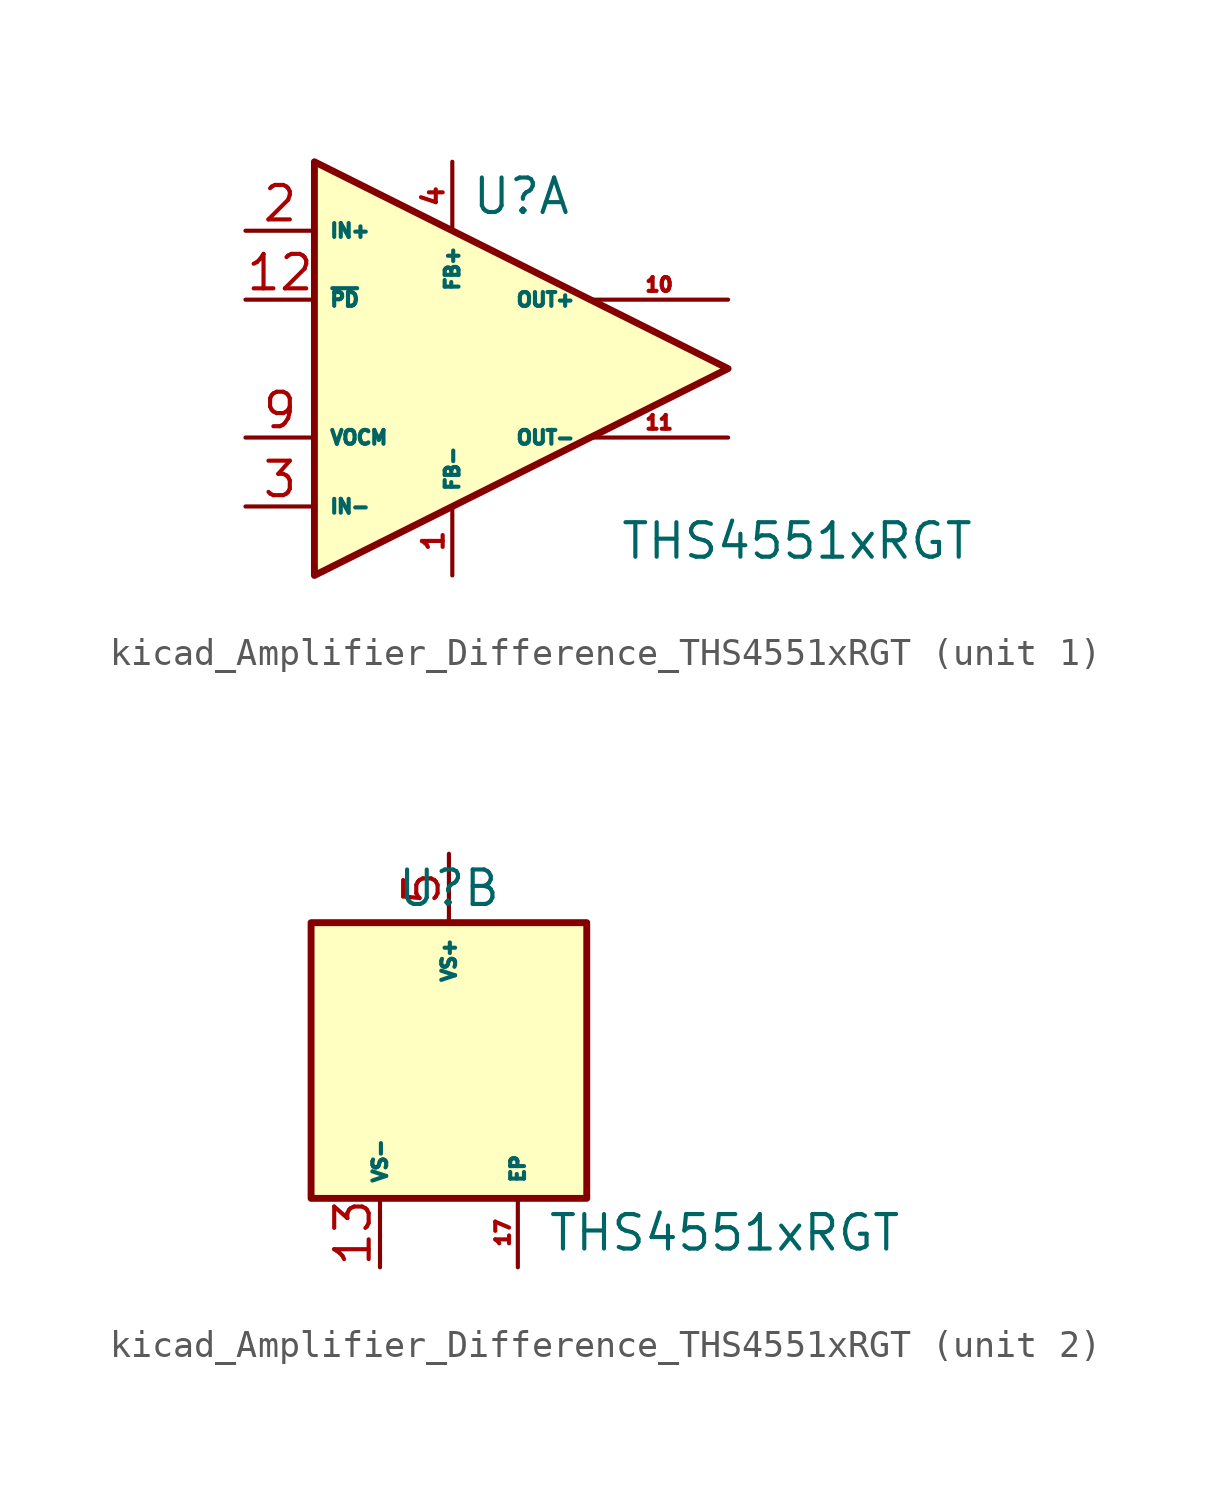
<source format=kicad_sym>
(kicad_symbol_lib
  (version 20220914)
  (generator kicad_symbol_editor)
  (symbol "kicad_Amplifier_Difference_THS4551xRGT"
    (property "Reference" "U"
      (at 0 6.35 0)
      (effects (font (size 1.27 1.27))))
    (property "Value" "THS4551xRGT"
      (at 10.16 -6.35 0)
      (effects (font (size 1.27 1.27))))
    (property "ki_locked" ""
      (at 0 0 0)
      (effects (font (size 1.27 1.27))))
    (symbol "kicad_Amplifier_Difference_THS4551xRGT_1_1"
      (polyline (pts (xy -7.62 7.62) (xy -7.62 -7.62) (xy 7.62 0) (xy -7.62 7.62)) (stroke (width 0.254) (type default)) (fill (type background)))
      (pin output line (at -2.54 -7.62 90) (length 2.54) (name "FB-" (effects (font (size 0.508 0.508)))) (number "1" (effects (font (size 0.762 0.762)))))
      (pin output line (at 7.62 2.54 180) (length 5.08) (name "OUT+" (effects (font (size 0.508 0.508)))) (number "10" (effects (font (size 0.508 0.508)))))
      (pin output line (at 7.62 -2.54 180) (length 5.08) (name "OUT-" (effects (font (size 0.508 0.508)))) (number "11" (effects (font (size 0.508 0.508)))))
      (pin input line (at -10.16 2.54 0) (length 2.54) (name "~{PD}" (effects (font (size 0.508 0.508)))) (number "12" (effects (font (size 1.27 1.27)))))
      (pin input line (at -10.16 5.08 0) (length 2.54) (name "IN+" (effects (font (size 0.508 0.508)))) (number "2" (effects (font (size 1.27 1.27)))))
      (pin input line (at -10.16 -5.08 0) (length 2.54) (name "IN-" (effects (font (size 0.508 0.508)))) (number "3" (effects (font (size 1.27 1.27)))))
      (pin output line (at -2.54 7.62 270) (length 2.54) (name "FB+" (effects (font (size 0.508 0.508)))) (number "4" (effects (font (size 0.762 0.762)))))
      (pin input line (at -10.16 -2.54 0) (length 2.54) (name "VOCM" (effects (font (size 0.508 0.508)))) (number "9" (effects (font (size 1.27 1.27))))))
    (symbol "kicad_Amplifier_Difference_THS4551xRGT_2_1"
      (rectangle (start -5.08 5.08) (end 5.08 -5.08) (stroke (width 0.254) (type default)) (fill (type background)))
      (pin power_in line (at -2.54 -7.62 90) (length 2.54) (name "VS-" (effects (font (size 0.508 0.508)))) (number "13" (effects (font (size 1.27 1.27)))))
      (pin passive line (at -2.54 -7.62 90) (length 2.54) hide (name "VS-" (effects (font (size 0.508 0.508)))) (number "14" (effects (font (size 1.27 1.27)))))
      (pin passive line (at -2.54 -7.62 90) (length 2.54) hide (name "VS-" (effects (font (size 0.508 0.508)))) (number "15" (effects (font (size 1.27 1.27)))))
      (pin passive line (at -2.54 -7.62 90) (length 2.54) hide (name "VS-" (effects (font (size 0.508 0.508)))) (number "16" (effects (font (size 1.27 1.27)))))
      (pin passive line (at 2.54 -7.62 90) (length 2.54) (name "EP" (effects (font (size 0.508 0.508)))) (number "17" (effects (font (size 0.508 0.508)))))
      (pin power_in line (at 0 7.62 270) (length 2.54) (name "VS+" (effects (font (size 0.508 0.508)))) (number "5" (effects (font (size 1.27 1.27)))))
      (pin passive line (at 0 7.62 270) (length 2.54) hide (name "VS+" (effects (font (size 0.508 0.508)))) (number "6" (effects (font (size 1.27 1.27)))))
      (pin passive line (at 0 7.62 270) (length 2.54) hide (name "VS+" (effects (font (size 0.508 0.508)))) (number "7" (effects (font (size 1.27 1.27)))))
      (pin passive line (at 0 7.62 270) (length 2.54) hide (name "VS+" (effects (font (size 0.508 0.508)))) (number "8" (effects (font (size 1.27 1.27))))))))
</source>
